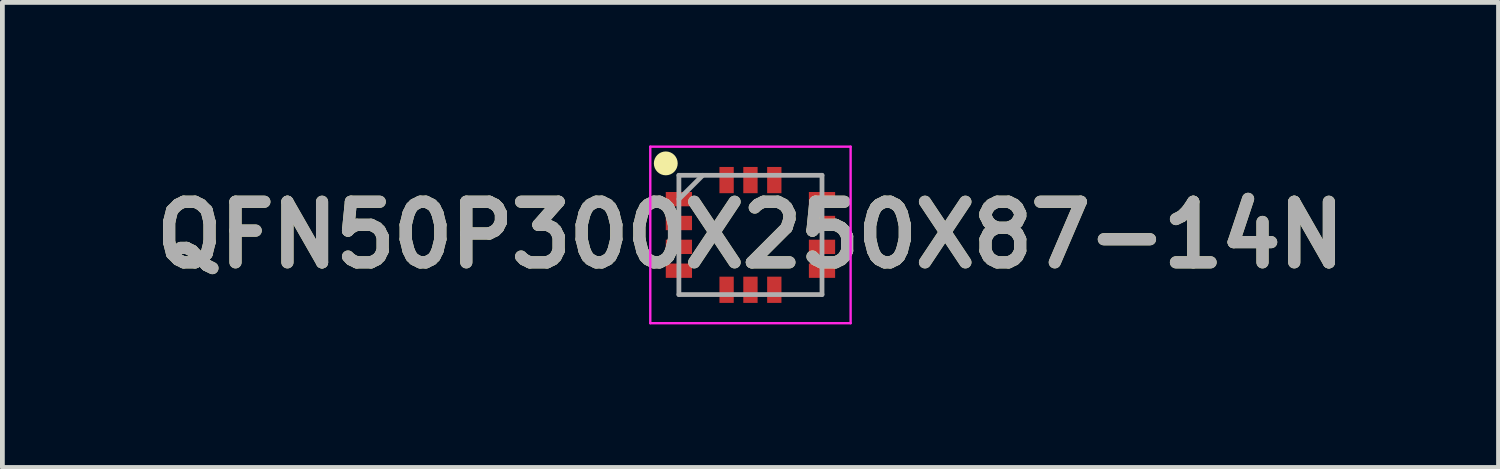
<source format=kicad_pcb>
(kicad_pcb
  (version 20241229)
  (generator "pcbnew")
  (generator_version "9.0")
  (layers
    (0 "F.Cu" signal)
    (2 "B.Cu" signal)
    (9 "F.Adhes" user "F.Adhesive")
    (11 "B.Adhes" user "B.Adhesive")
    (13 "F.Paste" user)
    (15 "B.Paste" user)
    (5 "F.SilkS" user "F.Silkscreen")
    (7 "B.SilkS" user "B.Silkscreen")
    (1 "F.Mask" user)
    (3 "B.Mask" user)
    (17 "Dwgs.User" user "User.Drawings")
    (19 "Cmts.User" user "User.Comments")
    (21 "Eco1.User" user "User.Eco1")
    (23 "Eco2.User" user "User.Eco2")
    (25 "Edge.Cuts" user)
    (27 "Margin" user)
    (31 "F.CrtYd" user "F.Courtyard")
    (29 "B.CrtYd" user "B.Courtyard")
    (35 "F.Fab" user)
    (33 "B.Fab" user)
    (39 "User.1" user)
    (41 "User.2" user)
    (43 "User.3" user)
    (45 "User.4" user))
  (footprint "QFN50P300X250X87-14N"
    (layer "F.Cu")
    (at 12.682 1.875)
    (property "Reference" "QFN50P300X250X87-14N" (at 0 0 0) (layer "F.SilkS") (effects (font (size 1.27 1.27) (thickness 0.254))))
    (attr smd)
    (fp_circle (center -1.775 -1.5) (end -1.775 -1.375) (stroke (width 0.25) (type solid)) (fill no) (layer "F.SilkS"))
    (fp_line (start -2.1 -1.85) (end 2.1 -1.85) (stroke (width 0.05) (type solid)) (layer "F.CrtYd"))
    (fp_line (start -2.1 1.85) (end -2.1 -1.85) (stroke (width 0.05) (type solid)) (layer "F.CrtYd"))
    (fp_line (start 2.1 -1.85) (end 2.1 1.85) (stroke (width 0.05) (type solid)) (layer "F.CrtYd"))
    (fp_line (start 2.1 1.85) (end -2.1 1.85) (stroke (width 0.05) (type solid)) (layer "F.CrtYd"))
    (fp_line (start -1.5 -1.25) (end 1.5 -1.25) (stroke (width 0.1) (type solid)) (layer "F.Fab"))
    (fp_line (start -1.5 -0.75) (end -1 -1.25) (stroke (width 0.1) (type solid)) (layer "F.Fab"))
    (fp_line (start -1.5 1.25) (end -1.5 -1.25) (stroke (width 0.1) (type solid)) (layer "F.Fab"))
    (fp_line (start 1.5 -1.25) (end 1.5 1.25) (stroke (width 0.1) (type solid)) (layer "F.Fab"))
    (fp_line (start 1.5 1.25) (end -1.5 1.25) (stroke (width 0.1) (type solid)) (layer "F.Fab"))
    (fp_text user "${REFERENCE}" (at 0 0 0) (layer "F.Fab") (effects (font (size 1.27 1.27) (thickness 0.254))))
    (pad "1" smd rect (at -1.5 -0.75 90) (size 0.3 0.55) (layers "F.Cu" "F.Mask" "F.Paste"))
    (pad "2" smd rect (at -1.5 -0.25 90) (size 0.3 0.55) (layers "F.Cu" "F.Mask" "F.Paste"))
    (pad "3" smd rect (at -1.5 0.25 90) (size 0.3 0.55) (layers "F.Cu" "F.Mask" "F.Paste"))
    (pad "4" smd rect (at -1.5 0.75 90) (size 0.3 0.55) (layers "F.Cu" "F.Mask" "F.Paste"))
    (pad "5" smd rect (at -0.5 1.15) (size 0.3 0.55) (layers "F.Cu" "F.Mask" "F.Paste"))
    (pad "6" smd rect (at 0 1.15) (size 0.3 0.55) (layers "F.Cu" "F.Mask" "F.Paste"))
    (pad "7" smd rect (at 0.5 1.15) (size 0.3 0.55) (layers "F.Cu" "F.Mask" "F.Paste"))
    (pad "8" smd rect (at 1.5 0.75 90) (size 0.3 0.55) (layers "F.Cu" "F.Mask" "F.Paste"))
    (pad "9" smd rect (at 1.5 0.25 90) (size 0.3 0.55) (layers "F.Cu" "F.Mask" "F.Paste"))
    (pad "10" smd rect (at 1.5 -0.25 90) (size 0.3 0.55) (layers "F.Cu" "F.Mask" "F.Paste"))
    (pad "11" smd rect (at 1.5 -0.75 90) (size 0.3 0.55) (layers "F.Cu" "F.Mask" "F.Paste"))
    (pad "12" smd rect (at 0.5 -1.15) (size 0.3 0.55) (layers "F.Cu" "F.Mask" "F.Paste"))
    (pad "13" smd rect (at 0 -1.15) (size 0.3 0.55) (layers "F.Cu" "F.Mask" "F.Paste"))
    (pad "14" smd rect (at -0.5 -1.15) (size 0.3 0.55) (layers "F.Cu" "F.Mask" "F.Paste")))
  (gr_rect
    (start -3 -3)
    (end 28.364 6.75)
    (stroke (width 0.1) (type default))
    (fill no)
    (layer "Edge.Cuts")))
</source>
